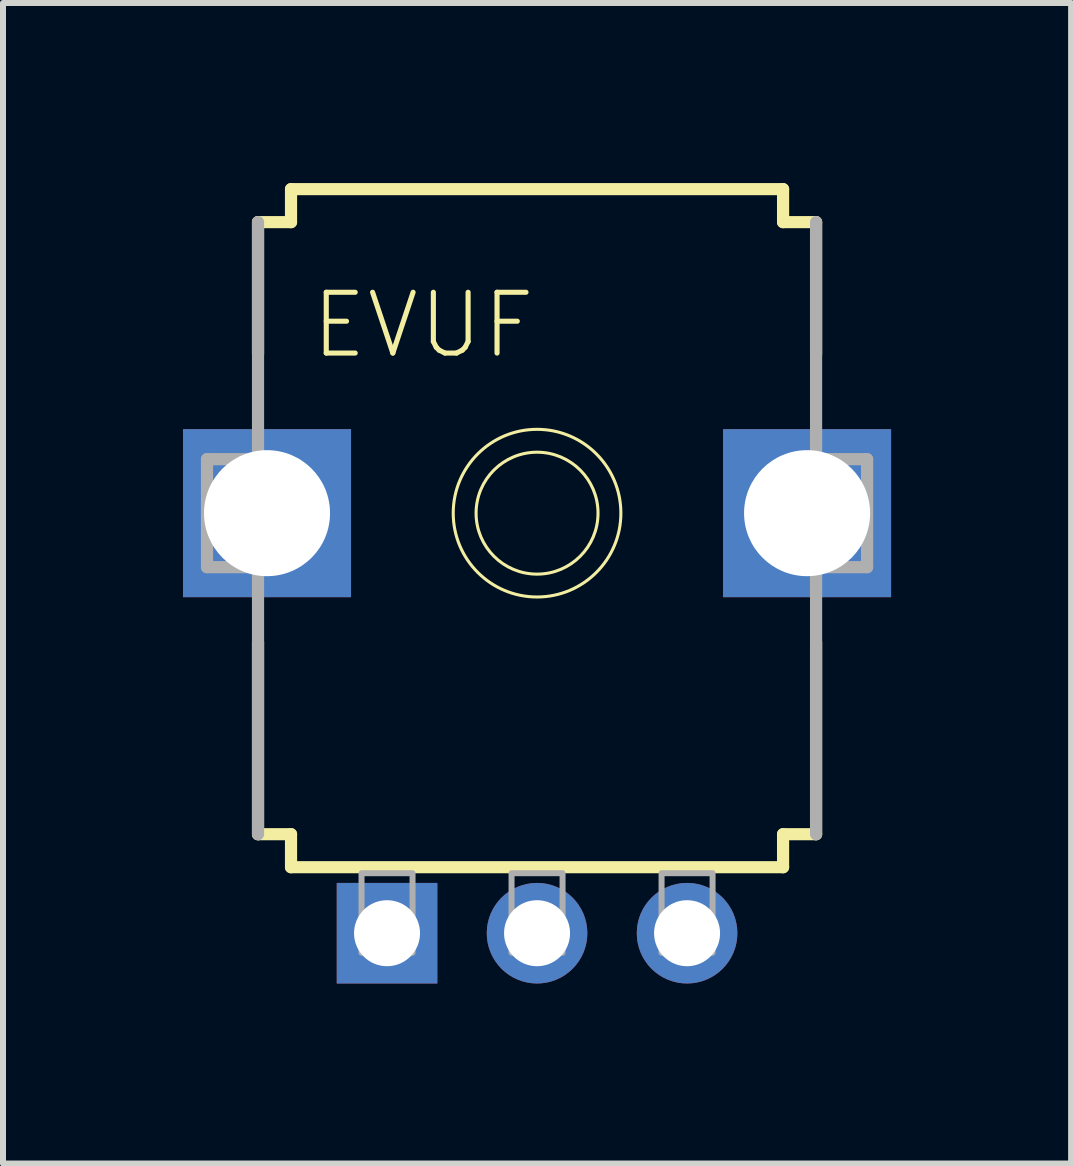
<source format=kicad_pcb>
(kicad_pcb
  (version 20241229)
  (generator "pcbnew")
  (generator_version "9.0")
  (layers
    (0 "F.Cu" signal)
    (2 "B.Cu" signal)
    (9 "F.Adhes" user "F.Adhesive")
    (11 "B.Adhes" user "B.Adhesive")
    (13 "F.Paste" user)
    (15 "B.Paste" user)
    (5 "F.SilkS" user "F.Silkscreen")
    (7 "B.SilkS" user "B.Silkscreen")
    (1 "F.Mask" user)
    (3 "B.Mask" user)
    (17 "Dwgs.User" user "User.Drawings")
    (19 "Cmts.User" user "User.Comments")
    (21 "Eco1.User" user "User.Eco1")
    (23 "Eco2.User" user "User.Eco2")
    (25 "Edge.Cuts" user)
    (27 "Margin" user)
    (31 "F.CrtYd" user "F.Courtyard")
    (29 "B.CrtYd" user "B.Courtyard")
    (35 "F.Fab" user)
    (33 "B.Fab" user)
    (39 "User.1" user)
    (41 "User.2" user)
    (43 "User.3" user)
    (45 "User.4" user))
  (footprint "EVUF"
    (layer "F.Cu")
    (at 5.9 5.502)
    (property "Reference" "EVUF" (at -3.81 -2.54 0) (layer "F.SilkS") (effects (font (size 1.013 1.013) (thickness 0.085)) (justify left bottom)))
    (attr through_hole)
    (fp_line (start -4.65 -2.65) (end -4.65 -4.85) (stroke (width 0.203) (type solid)) (layer "F.SilkS"))
    (fp_line (start -4.65 5.35) (end -4.65 2.15) (stroke (width 0.203) (type solid)) (layer "F.SilkS"))
    (fp_line (start -4.65 5.35) (end -4.1 5.35) (stroke (width 0.203) (type solid)) (layer "F.SilkS"))
    (fp_line (start -4.1 -5.4) (end -4.1 -4.85) (stroke (width 0.203) (type solid)) (layer "F.SilkS"))
    (fp_line (start -4.1 -5.4) (end 4.1 -5.4) (stroke (width 0.203) (type solid)) (layer "F.SilkS"))
    (fp_line (start -4.1 -4.85) (end -4.65 -4.85) (stroke (width 0.203) (type solid)) (layer "F.SilkS"))
    (fp_line (start -4.1 5.35) (end -4.1 5.9) (stroke (width 0.203) (type solid)) (layer "F.SilkS"))
    (fp_line (start 4.1 -4.85) (end 4.1 -5.4) (stroke (width 0.203) (type solid)) (layer "F.SilkS"))
    (fp_line (start 4.1 5.35) (end 4.65 5.35) (stroke (width 0.203) (type solid)) (layer "F.SilkS"))
    (fp_line (start 4.1 5.9) (end -4.1 5.9) (stroke (width 0.203) (type solid)) (layer "F.SilkS"))
    (fp_line (start 4.1 5.9) (end 4.1 5.35) (stroke (width 0.203) (type solid)) (layer "F.SilkS"))
    (fp_line (start 4.65 -4.85) (end 4.1 -4.85) (stroke (width 0.203) (type solid)) (layer "F.SilkS"))
    (fp_line (start 4.65 -4.85) (end 4.65 -2.65) (stroke (width 0.203) (type solid)) (layer "F.SilkS"))
    (fp_line (start 4.65 2.15) (end 4.65 5.35) (stroke (width 0.203) (type solid)) (layer "F.SilkS"))
    (fp_circle (center 0 0) (end 1.016 0) (stroke (width 0.051) (type solid)) (fill no) (layer "F.SilkS"))
    (fp_circle (center 0 0) (end 1.397 0) (stroke (width 0.051) (type solid)) (fill no) (layer "F.SilkS"))
    (fp_line (start -5.5 -0.9) (end -5.5 0.9) (stroke (width 0.203) (type solid)) (layer "F.Fab"))
    (fp_line (start -5.5 0.9) (end -4.75 0.9) (stroke (width 0.203) (type solid)) (layer "F.Fab"))
    (fp_line (start -4.75 -0.9) (end -5.5 -0.9) (stroke (width 0.203) (type solid)) (layer "F.Fab"))
    (fp_line (start -4.65 5.35) (end -4.65 -4.85) (stroke (width 0.203) (type solid)) (layer "F.Fab"))
    (fp_line (start 4.65 -4.85) (end 4.65 5.35) (stroke (width 0.203) (type solid)) (layer "F.Fab"))
    (fp_line (start 4.75 0.9) (end 5.5 0.9) (stroke (width 0.203) (type solid)) (layer "F.Fab"))
    (fp_line (start 5.5 -0.9) (end 4.75 -0.9) (stroke (width 0.203) (type solid)) (layer "F.Fab"))
    (fp_line (start 5.5 0.9) (end 5.5 -0.9) (stroke (width 0.203) (type solid)) (layer "F.Fab"))
    (fp_poly (pts (xy -2.925 7.325) (xy -2.075 7.325) (xy -2.075 6) (xy -2.925 6)) (stroke (width 0.1) (type solid)) (fill no) (layer "F.Fab"))
    (fp_poly (pts (xy -0.425 7.325) (xy 0.425 7.325) (xy 0.425 6) (xy -0.425 6)) (stroke (width 0.1) (type solid)) (fill no) (layer "F.Fab"))
    (fp_poly (pts (xy 2.075 7.325) (xy 2.925 7.325) (xy 2.925 6) (xy 2.075 6)) (stroke (width 0.1) (type solid)) (fill no) (layer "F.Fab"))
    (pad "1" thru_hole rect (at -2.5 7 270) (size 1.676 1.676) (drill 1.1) (layers "*.Cu" "*.Mask"))
    (pad "2" thru_hole circle (at 0 7 270) (size 1.676 1.676) (drill 1.1) (layers "*.Cu" "*.Mask"))
    (pad "3" thru_hole circle (at 2.5 7 270) (size 1.676 1.676) (drill 1.1) (layers "*.Cu" "*.Mask"))
    (pad "M1" thru_hole rect (at 4.5 0 270) (size 2.8 2.8) (drill 2.1) (layers "*.Cu" "*.Mask"))
    (pad "M2" thru_hole rect (at -4.5 0 270) (size 2.8 2.8) (drill 2.1) (layers "*.Cu" "*.Mask")))
  (gr_rect
    (start -3 -3)
    (end 14.8 16.34)
    (stroke (width 0.1) (type default))
    (fill no)
    (layer "Edge.Cuts")))
</source>
